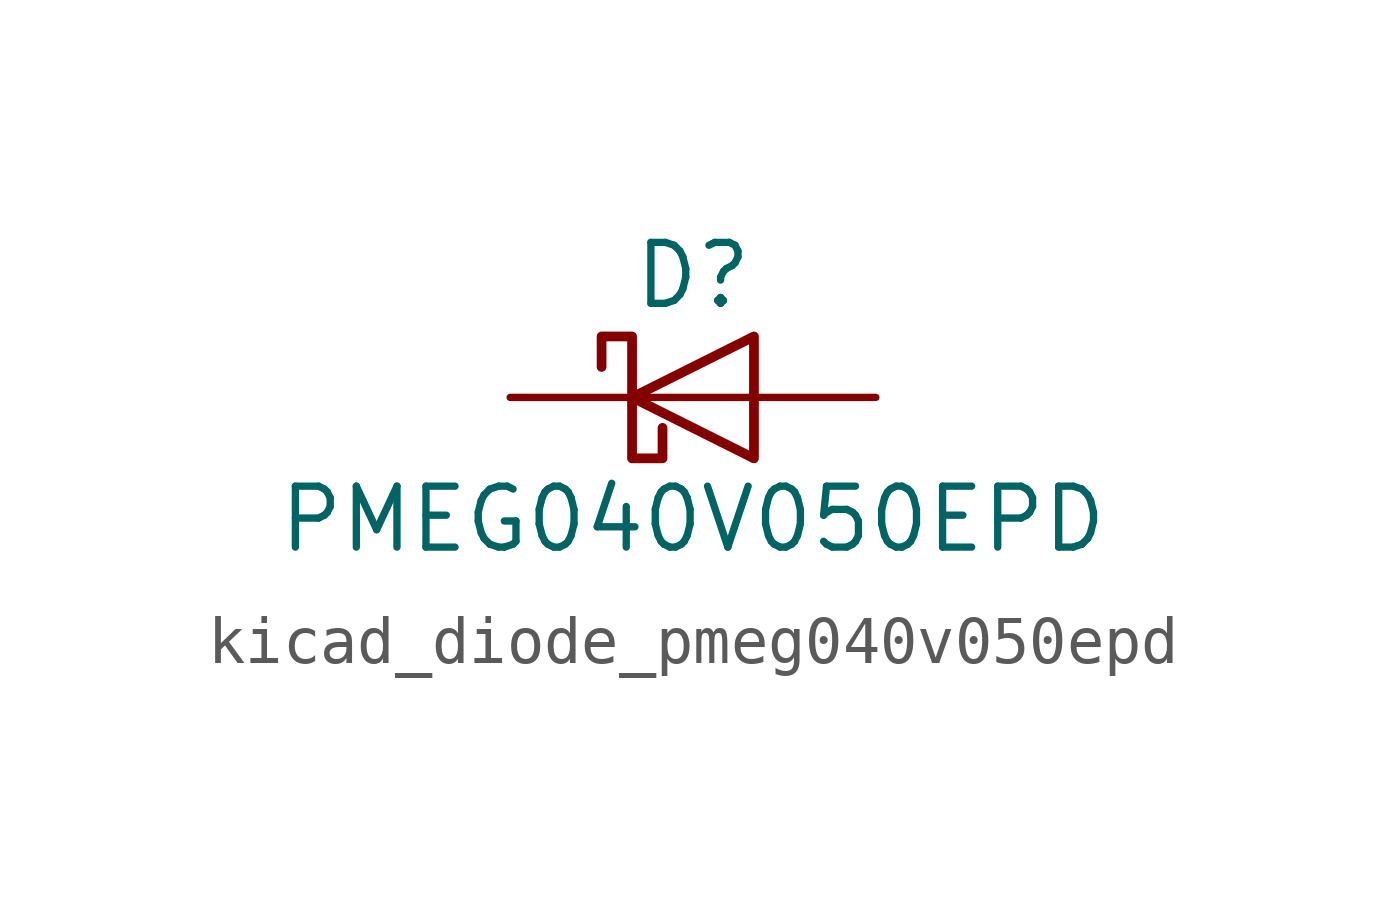
<source format=kicad_sym>
(kicad_symbol_lib
  (version 20220914)
  (generator kicad_symbol_editor)
  (symbol "kicad_diode_pmeg040v050epd"
    (pin_numbers hide)
    (pin_names hide)
    (property "Reference" "D"
      (at 0 2.54 0)
      (effects (font (size 1.27 1.27))))
    (property "Value" "PMEG040V050EPD"
      (at 0 -2.54 0)
      (effects (font (size 1.27 1.27))))
    (symbol "kicad_diode_pmeg040v050epd_0_1"
      (polyline (pts (xy 1.27 0) (xy -1.27 0)) (stroke (width 0) (type default)) (fill (type none)))
      (polyline (pts (xy 1.27 1.27) (xy 1.27 -1.27) (xy -1.27 0) (xy 1.27 1.27)) (stroke (width 0.203) (type default)) (fill (type none)))
      (polyline (pts (xy -1.905 0.635) (xy -1.905 1.27) (xy -1.27 1.27) (xy -1.27 -1.27) (xy -0.635 -1.27) (xy -0.635 -0.635)) (stroke (width 0.203) (type default)) (fill (type none))))
    (symbol "kicad_diode_pmeg040v050epd_1_1"
      (pin passive line (at 3.81 0 180) (length 2.54) (name "A" (effects (font (size 1.27 1.27)))) (number "1" (effects (font (size 1.27 1.27)))))
      (pin passive line (at 3.81 0 180) (length 2.54) hide (name "A" (effects (font (size 1.27 1.27)))) (number "2" (effects (font (size 1.27 1.27)))))
      (pin passive line (at -3.81 0 0) (length 2.54) (name "K" (effects (font (size 1.27 1.27)))) (number "3" (effects (font (size 1.27 1.27))))))))
</source>
